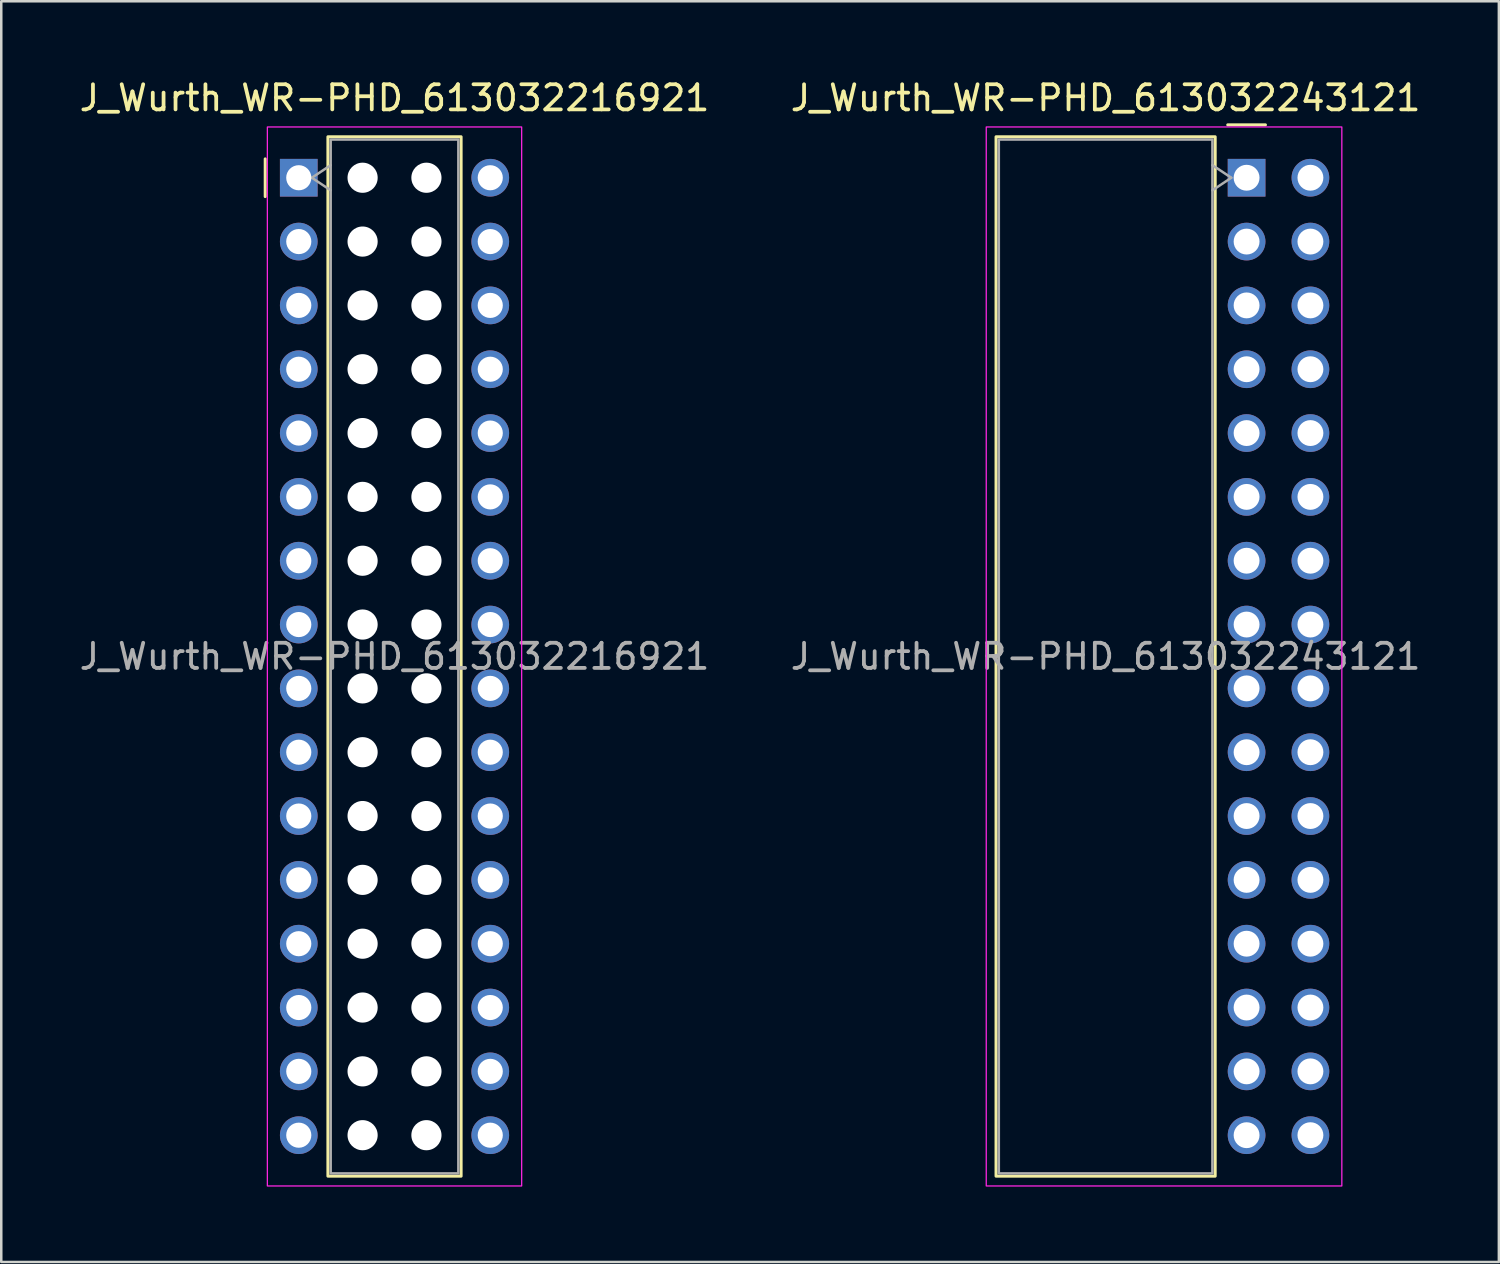
<source format=kicad_pcb>
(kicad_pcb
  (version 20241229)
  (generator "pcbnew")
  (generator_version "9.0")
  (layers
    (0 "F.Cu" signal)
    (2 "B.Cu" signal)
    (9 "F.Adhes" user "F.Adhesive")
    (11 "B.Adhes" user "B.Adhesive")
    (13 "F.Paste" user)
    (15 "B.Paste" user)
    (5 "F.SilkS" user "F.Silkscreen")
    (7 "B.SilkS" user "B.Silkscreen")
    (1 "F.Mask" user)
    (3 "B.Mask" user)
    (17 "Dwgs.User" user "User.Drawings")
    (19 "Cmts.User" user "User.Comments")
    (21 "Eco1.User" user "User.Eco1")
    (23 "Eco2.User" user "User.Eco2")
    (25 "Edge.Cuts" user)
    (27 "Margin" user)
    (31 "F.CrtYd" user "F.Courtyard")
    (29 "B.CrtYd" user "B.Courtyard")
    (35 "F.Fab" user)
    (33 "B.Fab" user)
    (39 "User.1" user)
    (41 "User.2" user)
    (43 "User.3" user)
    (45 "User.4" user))
  (footprint "J_Wurth_WR-PHD_613032216921"
    (layer "F.Cu")
    (at 8.839 4.023)
    (property "Reference" "J_Wurth_WR-PHD_613032216921" (at 3.81 -3.175 0) (unlocked yes) (layer "F.SilkS") (effects (font (size 1 1) (thickness 0.15))))
    (attr through_hole)
    (fp_line (start -1.335 -0.75) (end -1.335 0.75) (stroke (width 0.12) (type solid)) (layer "F.SilkS"))
    (fp_rect (start 1.16 -1.63) (end 6.46 39.73) (stroke (width 0.12) (type solid)) (fill no) (layer "F.SilkS"))
    (fp_rect (start -1.25 -2.02) (end 8.87 40.12) (stroke (width 0.05) (type solid)) (fill no) (layer "F.CrtYd"))
    (fp_line (start 0.52 0) (end 1.27 -0.5) (stroke (width 0.1) (type solid)) (layer "F.Fab"))
    (fp_line (start 0.52 0) (end 1.27 0.5) (stroke (width 0.1) (type solid)) (layer "F.Fab"))
    (fp_rect (start 1.27 -1.52) (end 6.35 39.62) (stroke (width 0.1) (type solid)) (fill no) (layer "F.Fab"))
    (fp_text user "${REFERENCE}" (at 3.81 19.05 0) (unlocked yes) (layer "F.Fab") (effects (font (size 1 1) (thickness 0.15))))
    (pad "" np_thru_hole circle (at 2.54 0 270) (size 1.2 1.2) (drill 1.2) (layers "*.Cu" "*.Mask"))
    (pad "" np_thru_hole circle (at 2.54 2.54 270) (size 1.2 1.2) (drill 1.2) (layers "*.Cu" "*.Mask"))
    (pad "" np_thru_hole circle (at 2.54 5.08 270) (size 1.2 1.2) (drill 1.2) (layers "*.Cu" "*.Mask"))
    (pad "" np_thru_hole circle (at 2.54 7.62 270) (size 1.2 1.2) (drill 1.2) (layers "*.Cu" "*.Mask"))
    (pad "" np_thru_hole circle (at 2.54 10.16 270) (size 1.2 1.2) (drill 1.2) (layers "*.Cu" "*.Mask"))
    (pad "" np_thru_hole circle (at 2.54 12.7 270) (size 1.2 1.2) (drill 1.2) (layers "*.Cu" "*.Mask"))
    (pad "" np_thru_hole circle (at 2.54 15.24 270) (size 1.2 1.2) (drill 1.2) (layers "*.Cu" "*.Mask"))
    (pad "" np_thru_hole circle (at 2.54 17.78 270) (size 1.2 1.2) (drill 1.2) (layers "*.Cu" "*.Mask"))
    (pad "" np_thru_hole circle (at 2.54 20.32 270) (size 1.2 1.2) (drill 1.2) (layers "*.Cu" "*.Mask"))
    (pad "" np_thru_hole circle (at 2.54 22.86 270) (size 1.2 1.2) (drill 1.2) (layers "*.Cu" "*.Mask"))
    (pad "" np_thru_hole circle (at 2.54 25.4 270) (size 1.2 1.2) (drill 1.2) (layers "*.Cu" "*.Mask"))
    (pad "" np_thru_hole circle (at 2.54 27.94 270) (size 1.2 1.2) (drill 1.2) (layers "*.Cu" "*.Mask"))
    (pad "" np_thru_hole circle (at 2.54 30.48 270) (size 1.2 1.2) (drill 1.2) (layers "*.Cu" "*.Mask"))
    (pad "" np_thru_hole circle (at 2.54 33.02 270) (size 1.2 1.2) (drill 1.2) (layers "*.Cu" "*.Mask"))
    (pad "" np_thru_hole circle (at 2.54 35.56 270) (size 1.2 1.2) (drill 1.2) (layers "*.Cu" "*.Mask"))
    (pad "" np_thru_hole circle (at 2.54 38.1 270) (size 1.2 1.2) (drill 1.2) (layers "*.Cu" "*.Mask"))
    (pad "" np_thru_hole circle (at 5.08 0 270) (size 1.2 1.2) (drill 1.2) (layers "*.Cu" "*.Mask"))
    (pad "" np_thru_hole circle (at 5.08 2.54 270) (size 1.2 1.2) (drill 1.2) (layers "*.Cu" "*.Mask"))
    (pad "" np_thru_hole circle (at 5.08 5.08 270) (size 1.2 1.2) (drill 1.2) (layers "*.Cu" "*.Mask"))
    (pad "" np_thru_hole circle (at 5.08 7.62 270) (size 1.2 1.2) (drill 1.2) (layers "*.Cu" "*.Mask"))
    (pad "" np_thru_hole circle (at 5.08 10.16 270) (size 1.2 1.2) (drill 1.2) (layers "*.Cu" "*.Mask"))
    (pad "" np_thru_hole circle (at 5.08 12.7 270) (size 1.2 1.2) (drill 1.2) (layers "*.Cu" "*.Mask"))
    (pad "" np_thru_hole circle (at 5.08 15.24 270) (size 1.2 1.2) (drill 1.2) (layers "*.Cu" "*.Mask"))
    (pad "" np_thru_hole circle (at 5.08 17.78 270) (size 1.2 1.2) (drill 1.2) (layers "*.Cu" "*.Mask"))
    (pad "" np_thru_hole circle (at 5.08 20.32 270) (size 1.2 1.2) (drill 1.2) (layers "*.Cu" "*.Mask"))
    (pad "" np_thru_hole circle (at 5.08 22.86 270) (size 1.2 1.2) (drill 1.2) (layers "*.Cu" "*.Mask"))
    (pad "" np_thru_hole circle (at 5.08 25.4 270) (size 1.2 1.2) (drill 1.2) (layers "*.Cu" "*.Mask"))
    (pad "" np_thru_hole circle (at 5.08 27.94 270) (size 1.2 1.2) (drill 1.2) (layers "*.Cu" "*.Mask"))
    (pad "" np_thru_hole circle (at 5.08 30.48 270) (size 1.2 1.2) (drill 1.2) (layers "*.Cu" "*.Mask"))
    (pad "" np_thru_hole circle (at 5.08 33.02 270) (size 1.2 1.2) (drill 1.2) (layers "*.Cu" "*.Mask"))
    (pad "" np_thru_hole circle (at 5.08 35.56 270) (size 1.2 1.2) (drill 1.2) (layers "*.Cu" "*.Mask"))
    (pad "" np_thru_hole circle (at 5.08 38.1 270) (size 1.2 1.2) (drill 1.2) (layers "*.Cu" "*.Mask"))
    (pad "1" thru_hole rect (at 0 0 270) (size 1.5 1.5) (drill 1) (layers "*.Cu" "*.Mask"))
    (pad "2" thru_hole circle (at 7.62 0 270) (size 1.5 1.5) (drill 1) (layers "*.Cu" "*.Mask"))
    (pad "3" thru_hole circle (at 0 2.54 270) (size 1.5 1.5) (drill 1) (layers "*.Cu" "*.Mask"))
    (pad "4" thru_hole circle (at 7.62 2.54 270) (size 1.5 1.5) (drill 1) (layers "*.Cu" "*.Mask"))
    (pad "5" thru_hole circle (at 0 5.08 270) (size 1.5 1.5) (drill 1) (layers "*.Cu" "*.Mask"))
    (pad "6" thru_hole circle (at 7.62 5.08 270) (size 1.5 1.5) (drill 1) (layers "*.Cu" "*.Mask"))
    (pad "7" thru_hole circle (at 0 7.62 270) (size 1.5 1.5) (drill 1) (layers "*.Cu" "*.Mask"))
    (pad "8" thru_hole circle (at 7.62 7.62 270) (size 1.5 1.5) (drill 1) (layers "*.Cu" "*.Mask"))
    (pad "9" thru_hole circle (at 0 10.16 270) (size 1.5 1.5) (drill 1) (layers "*.Cu" "*.Mask"))
    (pad "10" thru_hole circle (at 7.62 10.16 270) (size 1.5 1.5) (drill 1) (layers "*.Cu" "*.Mask"))
    (pad "11" thru_hole circle (at 0 12.7 270) (size 1.5 1.5) (drill 1) (layers "*.Cu" "*.Mask"))
    (pad "12" thru_hole circle (at 7.62 12.7 270) (size 1.5 1.5) (drill 1) (layers "*.Cu" "*.Mask"))
    (pad "13" thru_hole circle (at 0 15.24 270) (size 1.5 1.5) (drill 1) (layers "*.Cu" "*.Mask"))
    (pad "14" thru_hole circle (at 7.62 15.24 270) (size 1.5 1.5) (drill 1) (layers "*.Cu" "*.Mask"))
    (pad "15" thru_hole circle (at 0 17.78 270) (size 1.5 1.5) (drill 1) (layers "*.Cu" "*.Mask"))
    (pad "16" thru_hole circle (at 7.62 17.78 270) (size 1.5 1.5) (drill 1) (layers "*.Cu" "*.Mask"))
    (pad "17" thru_hole circle (at 0 20.32 270) (size 1.5 1.5) (drill 1) (layers "*.Cu" "*.Mask"))
    (pad "18" thru_hole circle (at 7.62 20.32 270) (size 1.5 1.5) (drill 1) (layers "*.Cu" "*.Mask"))
    (pad "19" thru_hole circle (at 0 22.86 270) (size 1.5 1.5) (drill 1) (layers "*.Cu" "*.Mask"))
    (pad "20" thru_hole circle (at 7.62 22.86 270) (size 1.5 1.5) (drill 1) (layers "*.Cu" "*.Mask"))
    (pad "21" thru_hole circle (at 0 25.4 270) (size 1.5 1.5) (drill 1) (layers "*.Cu" "*.Mask"))
    (pad "22" thru_hole circle (at 7.62 25.4 270) (size 1.5 1.5) (drill 1) (layers "*.Cu" "*.Mask"))
    (pad "23" thru_hole circle (at 0 27.94 270) (size 1.5 1.5) (drill 1) (layers "*.Cu" "*.Mask"))
    (pad "24" thru_hole circle (at 7.62 27.94 270) (size 1.5 1.5) (drill 1) (layers "*.Cu" "*.Mask"))
    (pad "25" thru_hole circle (at 0 30.48 270) (size 1.5 1.5) (drill 1) (layers "*.Cu" "*.Mask"))
    (pad "26" thru_hole circle (at 7.62 30.48 270) (size 1.5 1.5) (drill 1) (layers "*.Cu" "*.Mask"))
    (pad "27" thru_hole circle (at 0 33.02 270) (size 1.5 1.5) (drill 1) (layers "*.Cu" "*.Mask"))
    (pad "28" thru_hole circle (at 7.62 33.02 270) (size 1.5 1.5) (drill 1) (layers "*.Cu" "*.Mask"))
    (pad "29" thru_hole circle (at 0 35.56 270) (size 1.5 1.5) (drill 1) (layers "*.Cu" "*.Mask"))
    (pad "30" thru_hole circle (at 7.62 35.56 270) (size 1.5 1.5) (drill 1) (layers "*.Cu" "*.Mask"))
    (pad "31" thru_hole circle (at 0 38.1 270) (size 1.5 1.5) (drill 1) (layers "*.Cu" "*.Mask"))
    (pad "32" thru_hole circle (at 7.62 38.1 270) (size 1.5 1.5) (drill 1) (layers "*.Cu" "*.Mask")))
  (footprint "J_Wurth_WR-PHD_613032243121"
    (layer "F.Cu")
    (at 46.556 4.023)
    (property "Reference" "J_Wurth_WR-PHD_613032243121" (at -5.61 -3.175 0) (unlocked yes) (layer "F.SilkS") (effects (font (size 1 1) (thickness 0.15))))
    (attr through_hole)
    (fp_line (start -0.75 -2.105) (end 0.75 -2.105) (stroke (width 0.12) (type solid)) (layer "F.SilkS"))
    (fp_rect (start -9.97 -1.63) (end -1.25 39.73) (stroke (width 0.12) (type solid)) (fill no) (layer "F.SilkS"))
    (fp_rect (start -10.36 -2.02) (end 3.79 40.12) (stroke (width 0.05) (type solid)) (fill no) (layer "F.CrtYd"))
    (fp_line (start -0.61 0) (end -1.36 -0.5) (stroke (width 0.1) (type solid)) (layer "F.Fab"))
    (fp_line (start -0.61 0) (end -1.36 0.5) (stroke (width 0.1) (type solid)) (layer "F.Fab"))
    (fp_rect (start -9.86 -1.52) (end -1.36 39.62) (stroke (width 0.1) (type solid)) (fill no) (layer "F.Fab"))
    (fp_text user "${REFERENCE}" (at -5.61 19.05 0) (unlocked yes) (layer "F.Fab") (effects (font (size 1 1) (thickness 0.15))))
    (pad "1" thru_hole rect (at 0 0 270) (size 1.5 1.5) (drill 1.03) (layers "*.Cu" "*.Mask"))
    (pad "2" thru_hole circle (at 2.54 0 270) (size 1.5 1.5) (drill 1.03) (layers "*.Cu" "*.Mask"))
    (pad "3" thru_hole circle (at 0 2.54 270) (size 1.5 1.5) (drill 1.03) (layers "*.Cu" "*.Mask"))
    (pad "4" thru_hole circle (at 2.54 2.54 270) (size 1.5 1.5) (drill 1.03) (layers "*.Cu" "*.Mask"))
    (pad "5" thru_hole circle (at 0 5.08 270) (size 1.5 1.5) (drill 1.03) (layers "*.Cu" "*.Mask"))
    (pad "6" thru_hole circle (at 2.54 5.08 270) (size 1.5 1.5) (drill 1.03) (layers "*.Cu" "*.Mask"))
    (pad "7" thru_hole circle (at 0 7.62 270) (size 1.5 1.5) (drill 1.03) (layers "*.Cu" "*.Mask"))
    (pad "8" thru_hole circle (at 2.54 7.62 270) (size 1.5 1.5) (drill 1.03) (layers "*.Cu" "*.Mask"))
    (pad "9" thru_hole circle (at 0 10.16 270) (size 1.5 1.5) (drill 1.03) (layers "*.Cu" "*.Mask"))
    (pad "10" thru_hole circle (at 2.54 10.16 270) (size 1.5 1.5) (drill 1.03) (layers "*.Cu" "*.Mask"))
    (pad "11" thru_hole circle (at 0 12.7 270) (size 1.5 1.5) (drill 1.03) (layers "*.Cu" "*.Mask"))
    (pad "12" thru_hole circle (at 2.54 12.7 270) (size 1.5 1.5) (drill 1.03) (layers "*.Cu" "*.Mask"))
    (pad "13" thru_hole circle (at 0 15.24 270) (size 1.5 1.5) (drill 1.03) (layers "*.Cu" "*.Mask"))
    (pad "14" thru_hole circle (at 2.54 15.24 270) (size 1.5 1.5) (drill 1.03) (layers "*.Cu" "*.Mask"))
    (pad "15" thru_hole circle (at 0 17.78 270) (size 1.5 1.5) (drill 1.03) (layers "*.Cu" "*.Mask"))
    (pad "16" thru_hole circle (at 2.54 17.78 270) (size 1.5 1.5) (drill 1.03) (layers "*.Cu" "*.Mask"))
    (pad "17" thru_hole circle (at 0 20.32 270) (size 1.5 1.5) (drill 1.03) (layers "*.Cu" "*.Mask"))
    (pad "18" thru_hole circle (at 2.54 20.32 270) (size 1.5 1.5) (drill 1.03) (layers "*.Cu" "*.Mask"))
    (pad "19" thru_hole circle (at 0 22.86 270) (size 1.5 1.5) (drill 1.03) (layers "*.Cu" "*.Mask"))
    (pad "20" thru_hole circle (at 2.54 22.86 270) (size 1.5 1.5) (drill 1.03) (layers "*.Cu" "*.Mask"))
    (pad "21" thru_hole circle (at 0 25.4 270) (size 1.5 1.5) (drill 1.03) (layers "*.Cu" "*.Mask"))
    (pad "22" thru_hole circle (at 2.54 25.4 270) (size 1.5 1.5) (drill 1.03) (layers "*.Cu" "*.Mask"))
    (pad "23" thru_hole circle (at 0 27.94 270) (size 1.5 1.5) (drill 1.03) (layers "*.Cu" "*.Mask"))
    (pad "24" thru_hole circle (at 2.54 27.94 270) (size 1.5 1.5) (drill 1.03) (layers "*.Cu" "*.Mask"))
    (pad "25" thru_hole circle (at 0 30.48 270) (size 1.5 1.5) (drill 1.03) (layers "*.Cu" "*.Mask"))
    (pad "26" thru_hole circle (at 2.54 30.48 270) (size 1.5 1.5) (drill 1.03) (layers "*.Cu" "*.Mask"))
    (pad "27" thru_hole circle (at 0 33.02 270) (size 1.5 1.5) (drill 1.03) (layers "*.Cu" "*.Mask"))
    (pad "28" thru_hole circle (at 2.54 33.02 270) (size 1.5 1.5) (drill 1.03) (layers "*.Cu" "*.Mask"))
    (pad "29" thru_hole circle (at 0 35.56 270) (size 1.5 1.5) (drill 1.03) (layers "*.Cu" "*.Mask"))
    (pad "30" thru_hole circle (at 2.54 35.56 270) (size 1.5 1.5) (drill 1.03) (layers "*.Cu" "*.Mask"))
    (pad "31" thru_hole circle (at 0 38.1 270) (size 1.5 1.5) (drill 1.03) (layers "*.Cu" "*.Mask"))
    (pad "32" thru_hole circle (at 2.54 38.1 270) (size 1.5 1.5) (drill 1.03) (layers "*.Cu" "*.Mask")))
  (gr_rect
    (start -3 -3)
    (end 56.595 47.168)
    (stroke (width 0.1) (type default))
    (fill no)
    (layer "Edge.Cuts")))
</source>
